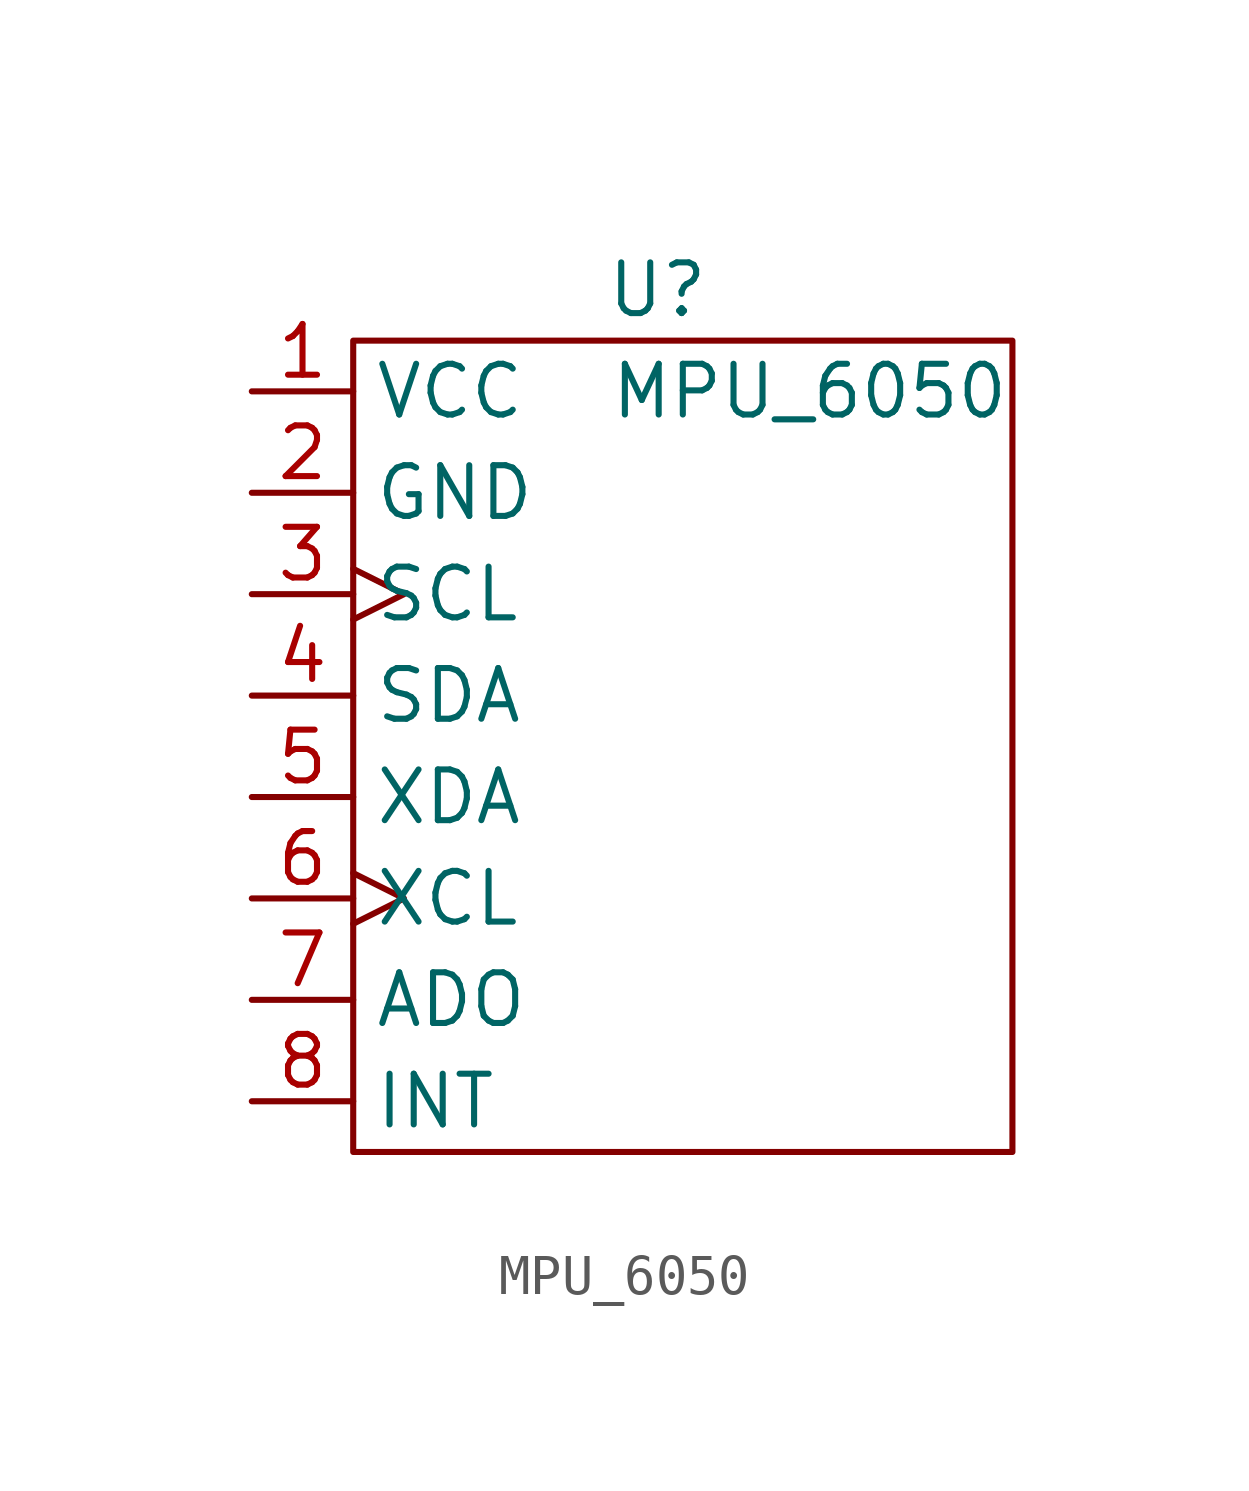
<source format=kicad_sym>
(kicad_symbol_lib
  (version 20220914)
  (generator kicad_symbol_editor)
  (symbol "MPU_6050"
    (property "Reference" "U"
      (at -1.27 11.43 0)
      (effects (font (size 1.27 1.27))))
    (property "Value" "MPU_6050"
      (at 2.54 8.89 0)
      (effects (font (size 1.27 1.27))))
    (symbol "MPU_6050_0_1"
      (rectangle (start -8.89 10.16) (end 7.62 -10.16) (stroke (width 0) (type default)) (fill (type none))))
    (symbol "MPU_6050_1_1"
      (pin power_in line (at -11.43 8.89 0) (length 2.54) (name "VCC" (effects (font (size 1.27 1.27)))) (number "1" (effects (font (size 1.27 1.27)))))
      (pin power_in line (at -11.43 6.35 0) (length 2.54) (name "GND" (effects (font (size 1.27 1.27)))) (number "2" (effects (font (size 1.27 1.27)))))
      (pin input clock (at -11.43 3.81 0) (length 2.54) (name "SCL" (effects (font (size 1.27 1.27)))) (number "3" (effects (font (size 1.27 1.27)))))
      (pin input line (at -11.43 1.27 0) (length 2.54) (name "SDA" (effects (font (size 1.27 1.27)))) (number "4" (effects (font (size 1.27 1.27)))))
      (pin input line (at -11.43 -1.27 0) (length 2.54) (name "XDA" (effects (font (size 1.27 1.27)))) (number "5" (effects (font (size 1.27 1.27)))))
      (pin input clock (at -11.43 -3.81 0) (length 2.54) (name "XCL" (effects (font (size 1.27 1.27)))) (number "6" (effects (font (size 1.27 1.27)))))
      (pin input line (at -11.43 -6.35 0) (length 2.54) (name "ADO" (effects (font (size 1.27 1.27)))) (number "7" (effects (font (size 1.27 1.27)))))
      (pin input line (at -11.43 -8.89 0) (length 2.54) (name "INT" (effects (font (size 1.27 1.27)))) (number "8" (effects (font (size 1.27 1.27))))))))
</source>
